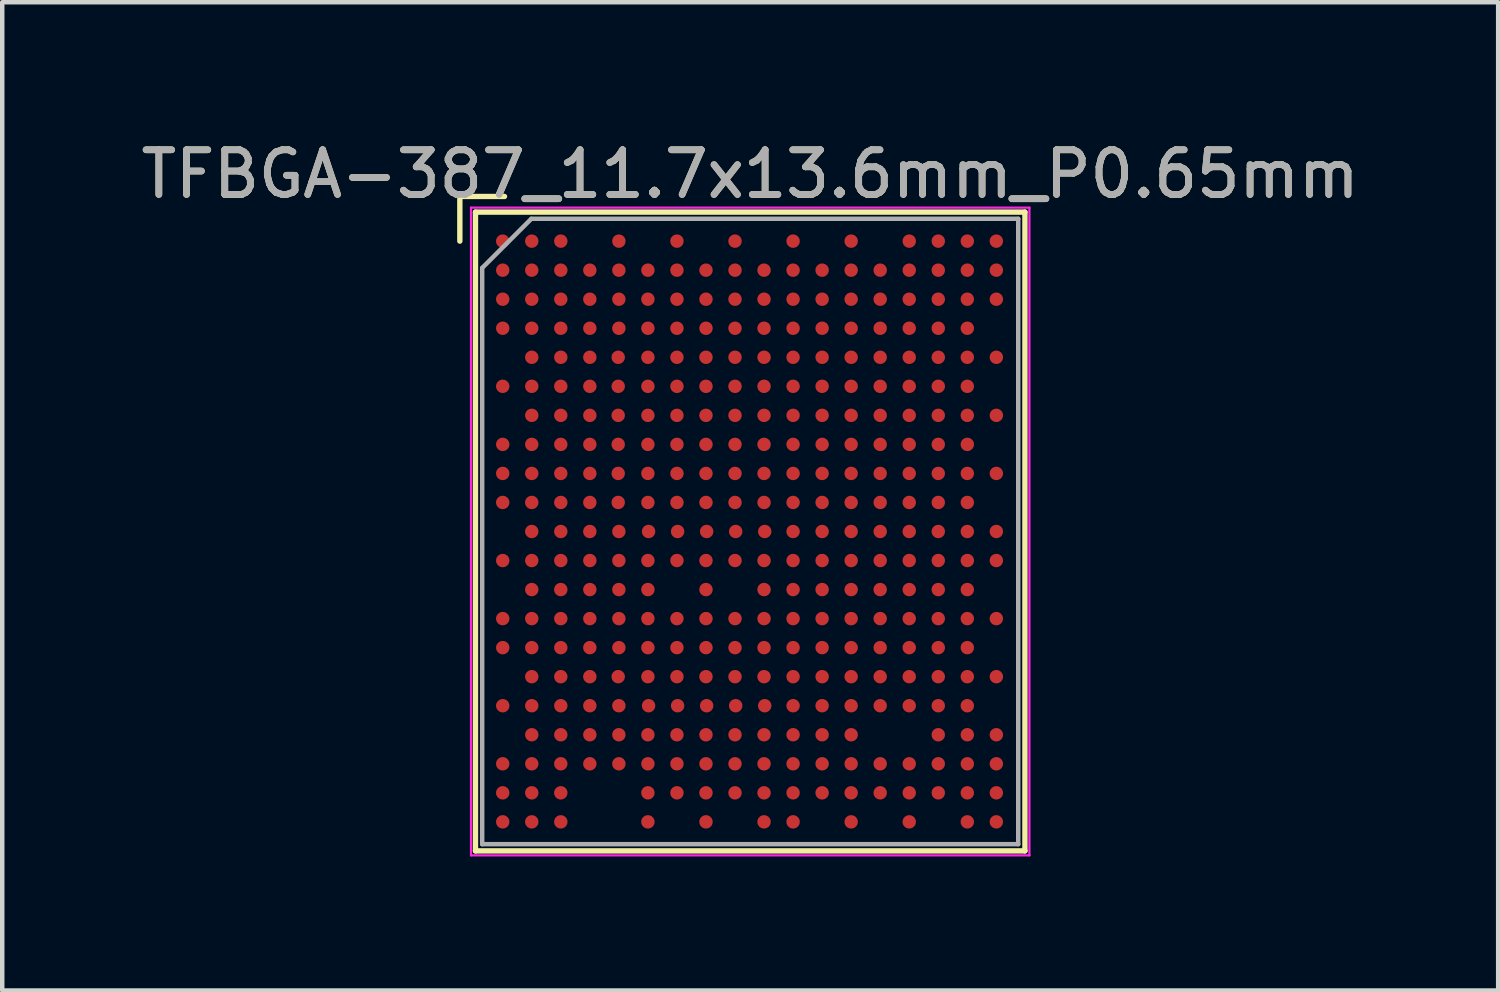
<source format=kicad_pcb>
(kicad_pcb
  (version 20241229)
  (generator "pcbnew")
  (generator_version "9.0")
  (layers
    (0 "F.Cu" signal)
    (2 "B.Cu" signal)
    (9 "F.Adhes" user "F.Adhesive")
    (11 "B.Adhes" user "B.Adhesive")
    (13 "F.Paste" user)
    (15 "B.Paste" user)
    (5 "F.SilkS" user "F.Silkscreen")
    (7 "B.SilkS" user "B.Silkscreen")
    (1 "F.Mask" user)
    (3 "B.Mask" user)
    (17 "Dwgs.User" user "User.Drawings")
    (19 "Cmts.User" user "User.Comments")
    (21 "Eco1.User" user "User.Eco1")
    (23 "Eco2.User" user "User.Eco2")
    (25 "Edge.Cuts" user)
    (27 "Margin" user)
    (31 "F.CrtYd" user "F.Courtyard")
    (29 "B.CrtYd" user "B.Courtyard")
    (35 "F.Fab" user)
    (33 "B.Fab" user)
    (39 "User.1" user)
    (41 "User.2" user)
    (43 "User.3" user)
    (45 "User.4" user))
  (footprint "TFBGA-387_11.7x13.6mm_P0.65mm"
    (layer "F.Cu")
    (at 13.744 8.848)
    (property "Reference" "TFBGA-387_11.7x13.6mm_P0.65mm" (at 0 -8 0) (layer "F.SilkS") (effects (font (size 1 1) (thickness 0.15))))
    (attr smd)
    (fp_line (start -6.5 -7.5) (end -6.5 -6.5) (stroke (width 0.12) (type solid)) (layer "F.SilkS"))
    (fp_line (start -6.15 -7.15) (end 6.15 -7.15) (stroke (width 0.12) (type solid)) (layer "F.SilkS"))
    (fp_line (start -6.15 7.15) (end -6.15 -7.15) (stroke (width 0.12) (type solid)) (layer "F.SilkS"))
    (fp_line (start -5.5 -7.5) (end -6.5 -7.5) (stroke (width 0.12) (type solid)) (layer "F.SilkS"))
    (fp_line (start 6.15 -7.15) (end 6.15 7.15) (stroke (width 0.12) (type solid)) (layer "F.SilkS"))
    (fp_line (start 6.15 7.15) (end -6.15 7.15) (stroke (width 0.12) (type solid)) (layer "F.SilkS"))
    (fp_line (start -6.25 -7.25) (end -6.25 7.25) (stroke (width 0.05) (type solid)) (layer "F.CrtYd"))
    (fp_line (start -6.25 7.25) (end 6.25 7.25) (stroke (width 0.05) (type solid)) (layer "F.CrtYd"))
    (fp_line (start 6.25 -7.25) (end -6.25 -7.25) (stroke (width 0.05) (type solid)) (layer "F.CrtYd"))
    (fp_line (start 6.25 7.25) (end 6.25 -7.25) (stroke (width 0.05) (type solid)) (layer "F.CrtYd"))
    (fp_line (start -6 -5.9) (end -4.9 -7) (stroke (width 0.1) (type solid)) (layer "F.Fab"))
    (fp_line (start -6 7) (end -6 -5.9) (stroke (width 0.1) (type solid)) (layer "F.Fab"))
    (fp_line (start -4.9 -7) (end 6 -7) (stroke (width 0.1) (type solid)) (layer "F.Fab"))
    (fp_line (start 6 -7) (end 6 7) (stroke (width 0.1) (type solid)) (layer "F.Fab"))
    (fp_line (start 6 7) (end -6 7) (stroke (width 0.1) (type solid)) (layer "F.Fab"))
    (fp_text user "${REFERENCE}" (at 0 -8 0) (layer "F.Fab") (effects (font (size 1 1) (thickness 0.15))))
    (pad "A1" smd circle (at -5.54 -6.5) (size 0.3 0.3) (layers "F.Cu" "F.Mask" "F.Paste"))
    (pad "A2" smd circle (at -4.89 -6.5) (size 0.3 0.3) (layers "F.Cu" "F.Mask" "F.Paste"))
    (pad "A3" smd circle (at -4.24 -6.5) (size 0.3 0.3) (layers "F.Cu" "F.Mask" "F.Paste"))
    (pad "A5" smd circle (at -2.94 -6.5) (size 0.3 0.3) (layers "F.Cu" "F.Mask" "F.Paste"))
    (pad "A7" smd circle (at -1.64 -6.5) (size 0.3 0.3) (layers "F.Cu" "F.Mask" "F.Paste"))
    (pad "A9" smd circle (at -0.34 -6.5) (size 0.3 0.3) (layers "F.Cu" "F.Mask" "F.Paste"))
    (pad "A11" smd circle (at 0.96 -6.5) (size 0.3 0.3) (layers "F.Cu" "F.Mask" "F.Paste"))
    (pad "A13" smd circle (at 2.26 -6.5) (size 0.3 0.3) (layers "F.Cu" "F.Mask" "F.Paste"))
    (pad "A15" smd circle (at 3.56 -6.5) (size 0.3 0.3) (layers "F.Cu" "F.Mask" "F.Paste"))
    (pad "A16" smd circle (at 4.21 -6.5) (size 0.3 0.3) (layers "F.Cu" "F.Mask" "F.Paste"))
    (pad "A17" smd circle (at 4.86 -6.5) (size 0.3 0.3) (layers "F.Cu" "F.Mask" "F.Paste"))
    (pad "A18" smd circle (at 5.51 -6.5) (size 0.3 0.3) (layers "F.Cu" "F.Mask" "F.Paste"))
    (pad "AA1" smd circle (at -5.54 6.5) (size 0.3 0.3) (layers "F.Cu" "F.Mask" "F.Paste"))
    (pad "AA2" smd circle (at -4.89 6.5) (size 0.3 0.3) (layers "F.Cu" "F.Mask" "F.Paste"))
    (pad "AA3" smd circle (at -4.24 6.5) (size 0.3 0.3) (layers "F.Cu" "F.Mask" "F.Paste"))
    (pad "AA6" smd circle (at -2.29 6.5) (size 0.3 0.3) (layers "F.Cu" "F.Mask" "F.Paste"))
    (pad "AA8" smd circle (at -0.99 6.5) (size 0.3 0.3) (layers "F.Cu" "F.Mask" "F.Paste"))
    (pad "AA10" smd circle (at 0.31 6.5) (size 0.3 0.3) (layers "F.Cu" "F.Mask" "F.Paste"))
    (pad "AA11" smd circle (at 0.96 6.5) (size 0.3 0.3) (layers "F.Cu" "F.Mask" "F.Paste"))
    (pad "AA13" smd circle (at 2.26 6.5) (size 0.3 0.3) (layers "F.Cu" "F.Mask" "F.Paste"))
    (pad "AA15" smd circle (at 3.56 6.5) (size 0.3 0.3) (layers "F.Cu" "F.Mask" "F.Paste"))
    (pad "AA17" smd circle (at 4.86 6.5) (size 0.3 0.3) (layers "F.Cu" "F.Mask" "F.Paste"))
    (pad "AA18" smd circle (at 5.51 6.5) (size 0.3 0.3) (layers "F.Cu" "F.Mask" "F.Paste"))
    (pad "B1" smd circle (at -5.54 -5.85) (size 0.3 0.3) (layers "F.Cu" "F.Mask" "F.Paste"))
    (pad "B2" smd circle (at -4.89 -5.85) (size 0.3 0.3) (layers "F.Cu" "F.Mask" "F.Paste"))
    (pad "B3" smd circle (at -4.24 -5.85) (size 0.3 0.3) (layers "F.Cu" "F.Mask" "F.Paste"))
    (pad "B4" smd circle (at -3.59 -5.85) (size 0.3 0.3) (layers "F.Cu" "F.Mask" "F.Paste"))
    (pad "B5" smd circle (at -2.94 -5.85) (size 0.3 0.3) (layers "F.Cu" "F.Mask" "F.Paste"))
    (pad "B6" smd circle (at -2.29 -5.85) (size 0.3 0.3) (layers "F.Cu" "F.Mask" "F.Paste"))
    (pad "B7" smd circle (at -1.64 -5.85) (size 0.3 0.3) (layers "F.Cu" "F.Mask" "F.Paste"))
    (pad "B8" smd circle (at -0.99 -5.85) (size 0.3 0.3) (layers "F.Cu" "F.Mask" "F.Paste"))
    (pad "B9" smd circle (at -0.34 -5.85) (size 0.3 0.3) (layers "F.Cu" "F.Mask" "F.Paste"))
    (pad "B10" smd circle (at 0.31 -5.85) (size 0.3 0.3) (layers "F.Cu" "F.Mask" "F.Paste"))
    (pad "B11" smd circle (at 0.96 -5.85) (size 0.3 0.3) (layers "F.Cu" "F.Mask" "F.Paste"))
    (pad "B12" smd circle (at 1.61 -5.85) (size 0.3 0.3) (layers "F.Cu" "F.Mask" "F.Paste"))
    (pad "B13" smd circle (at 2.26 -5.85) (size 0.3 0.3) (layers "F.Cu" "F.Mask" "F.Paste"))
    (pad "B14" smd circle (at 2.91 -5.85) (size 0.3 0.3) (layers "F.Cu" "F.Mask" "F.Paste"))
    (pad "B15" smd circle (at 3.56 -5.85) (size 0.3 0.3) (layers "F.Cu" "F.Mask" "F.Paste"))
    (pad "B16" smd circle (at 4.21 -5.85) (size 0.3 0.3) (layers "F.Cu" "F.Mask" "F.Paste"))
    (pad "B17" smd circle (at 4.86 -5.85) (size 0.3 0.3) (layers "F.Cu" "F.Mask" "F.Paste"))
    (pad "B18" smd circle (at 5.51 -5.85) (size 0.3 0.3) (layers "F.Cu" "F.Mask" "F.Paste"))
    (pad "C1" smd circle (at -5.54 -5.2) (size 0.3 0.3) (layers "F.Cu" "F.Mask" "F.Paste"))
    (pad "C2" smd circle (at -4.89 -5.2) (size 0.3 0.3) (layers "F.Cu" "F.Mask" "F.Paste"))
    (pad "C3" smd circle (at -4.24 -5.2) (size 0.3 0.3) (layers "F.Cu" "F.Mask" "F.Paste"))
    (pad "C4" smd circle (at -3.59 -5.2) (size 0.3 0.3) (layers "F.Cu" "F.Mask" "F.Paste"))
    (pad "C5" smd circle (at -2.94 -5.2) (size 0.3 0.3) (layers "F.Cu" "F.Mask" "F.Paste"))
    (pad "C6" smd circle (at -2.29 -5.2) (size 0.3 0.3) (layers "F.Cu" "F.Mask" "F.Paste"))
    (pad "C7" smd circle (at -1.64 -5.2) (size 0.3 0.3) (layers "F.Cu" "F.Mask" "F.Paste"))
    (pad "C8" smd circle (at -0.99 -5.2) (size 0.3 0.3) (layers "F.Cu" "F.Mask" "F.Paste"))
    (pad "C9" smd circle (at -0.34 -5.2) (size 0.3 0.3) (layers "F.Cu" "F.Mask" "F.Paste"))
    (pad "C10" smd circle (at 0.31 -5.2) (size 0.3 0.3) (layers "F.Cu" "F.Mask" "F.Paste"))
    (pad "C11" smd circle (at 0.96 -5.2) (size 0.3 0.3) (layers "F.Cu" "F.Mask" "F.Paste"))
    (pad "C12" smd circle (at 1.61 -5.2) (size 0.3 0.3) (layers "F.Cu" "F.Mask" "F.Paste"))
    (pad "C13" smd circle (at 2.26 -5.2) (size 0.3 0.3) (layers "F.Cu" "F.Mask" "F.Paste"))
    (pad "C14" smd circle (at 2.91 -5.2) (size 0.3 0.3) (layers "F.Cu" "F.Mask" "F.Paste"))
    (pad "C15" smd circle (at 3.56 -5.2) (size 0.3 0.3) (layers "F.Cu" "F.Mask" "F.Paste"))
    (pad "C16" smd circle (at 4.21 -5.2) (size 0.3 0.3) (layers "F.Cu" "F.Mask" "F.Paste"))
    (pad "C17" smd circle (at 4.86 -5.2) (size 0.3 0.3) (layers "F.Cu" "F.Mask" "F.Paste"))
    (pad "C18" smd circle (at 5.51 -5.2) (size 0.3 0.3) (layers "F.Cu" "F.Mask" "F.Paste"))
    (pad "D1" smd circle (at -5.54 -4.55) (size 0.3 0.3) (layers "F.Cu" "F.Mask" "F.Paste"))
    (pad "D2" smd circle (at -4.89 -4.55) (size 0.3 0.3) (layers "F.Cu" "F.Mask" "F.Paste"))
    (pad "D3" smd circle (at -4.24 -4.55) (size 0.3 0.3) (layers "F.Cu" "F.Mask" "F.Paste"))
    (pad "D4" smd circle (at -3.59 -4.55) (size 0.3 0.3) (layers "F.Cu" "F.Mask" "F.Paste"))
    (pad "D5" smd circle (at -2.94 -4.55) (size 0.3 0.3) (layers "F.Cu" "F.Mask" "F.Paste"))
    (pad "D6" smd circle (at -2.29 -4.55) (size 0.3 0.3) (layers "F.Cu" "F.Mask" "F.Paste"))
    (pad "D7" smd circle (at -1.64 -4.55) (size 0.3 0.3) (layers "F.Cu" "F.Mask" "F.Paste"))
    (pad "D8" smd circle (at -0.99 -4.55) (size 0.3 0.3) (layers "F.Cu" "F.Mask" "F.Paste"))
    (pad "D9" smd circle (at -0.34 -4.55) (size 0.3 0.3) (layers "F.Cu" "F.Mask" "F.Paste"))
    (pad "D10" smd circle (at 0.31 -4.55) (size 0.3 0.3) (layers "F.Cu" "F.Mask" "F.Paste"))
    (pad "D11" smd circle (at 0.96 -4.55) (size 0.3 0.3) (layers "F.Cu" "F.Mask" "F.Paste"))
    (pad "D12" smd circle (at 1.61 -4.55) (size 0.3 0.3) (layers "F.Cu" "F.Mask" "F.Paste"))
    (pad "D13" smd circle (at 2.26 -4.55) (size 0.3 0.3) (layers "F.Cu" "F.Mask" "F.Paste"))
    (pad "D14" smd circle (at 2.91 -4.55) (size 0.3 0.3) (layers "F.Cu" "F.Mask" "F.Paste"))
    (pad "D15" smd circle (at 3.56 -4.55) (size 0.3 0.3) (layers "F.Cu" "F.Mask" "F.Paste"))
    (pad "D16" smd circle (at 4.21 -4.55) (size 0.3 0.3) (layers "F.Cu" "F.Mask" "F.Paste"))
    (pad "D17" smd circle (at 4.86 -4.55) (size 0.3 0.3) (layers "F.Cu" "F.Mask" "F.Paste"))
    (pad "E2" smd circle (at -4.89 -3.9) (size 0.3 0.3) (layers "F.Cu" "F.Mask" "F.Paste"))
    (pad "E3" smd circle (at -4.24 -3.9) (size 0.3 0.3) (layers "F.Cu" "F.Mask" "F.Paste"))
    (pad "E4" smd circle (at -3.59 -3.9) (size 0.3 0.3) (layers "F.Cu" "F.Mask" "F.Paste"))
    (pad "E5" smd circle (at -2.955 -3.9) (size 0.3 0.3) (layers "F.Cu" "F.Mask" "F.Paste"))
    (pad "E6" smd circle (at -2.29 -3.9) (size 0.3 0.3) (layers "F.Cu" "F.Mask" "F.Paste"))
    (pad "E7" smd circle (at -1.64 -3.9) (size 0.3 0.3) (layers "F.Cu" "F.Mask" "F.Paste"))
    (pad "E8" smd circle (at -0.99 -3.9) (size 0.3 0.3) (layers "F.Cu" "F.Mask" "F.Paste"))
    (pad "E9" smd circle (at -0.34 -3.9) (size 0.3 0.3) (layers "F.Cu" "F.Mask" "F.Paste"))
    (pad "E10" smd circle (at 0.31 -3.9) (size 0.3 0.3) (layers "F.Cu" "F.Mask" "F.Paste"))
    (pad "E11" smd circle (at 0.96 -3.9) (size 0.3 0.3) (layers "F.Cu" "F.Mask" "F.Paste"))
    (pad "E12" smd circle (at 1.61 -3.9) (size 0.3 0.3) (layers "F.Cu" "F.Mask" "F.Paste"))
    (pad "E13" smd circle (at 2.26 -3.9) (size 0.3 0.3) (layers "F.Cu" "F.Mask" "F.Paste"))
    (pad "E14" smd circle (at 2.91 -3.9) (size 0.3 0.3) (layers "F.Cu" "F.Mask" "F.Paste"))
    (pad "E15" smd circle (at 3.56 -3.9) (size 0.3 0.3) (layers "F.Cu" "F.Mask" "F.Paste"))
    (pad "E16" smd circle (at 4.21 -3.9) (size 0.3 0.3) (layers "F.Cu" "F.Mask" "F.Paste"))
    (pad "E17" smd circle (at 4.86 -3.9) (size 0.3 0.3) (layers "F.Cu" "F.Mask" "F.Paste"))
    (pad "E18" smd circle (at 5.51 -3.9) (size 0.3 0.3) (layers "F.Cu" "F.Mask" "F.Paste"))
    (pad "F1" smd circle (at -5.54 -3.25) (size 0.3 0.3) (layers "F.Cu" "F.Mask" "F.Paste"))
    (pad "F2" smd circle (at -4.89 -3.25) (size 0.3 0.3) (layers "F.Cu" "F.Mask" "F.Paste"))
    (pad "F3" smd circle (at -4.24 -3.25) (size 0.3 0.3) (layers "F.Cu" "F.Mask" "F.Paste"))
    (pad "F4" smd circle (at -3.59 -3.25) (size 0.3 0.3) (layers "F.Cu" "F.Mask" "F.Paste"))
    (pad "F5" smd circle (at -2.955 -3.25) (size 0.3 0.3) (layers "F.Cu" "F.Mask" "F.Paste"))
    (pad "F6" smd circle (at -2.29 -3.25) (size 0.3 0.3) (layers "F.Cu" "F.Mask" "F.Paste"))
    (pad "F7" smd circle (at -1.64 -3.25) (size 0.3 0.3) (layers "F.Cu" "F.Mask" "F.Paste"))
    (pad "F8" smd circle (at -0.99 -3.25) (size 0.3 0.3) (layers "F.Cu" "F.Mask" "F.Paste"))
    (pad "F9" smd circle (at -0.34 -3.25) (size 0.3 0.3) (layers "F.Cu" "F.Mask" "F.Paste"))
    (pad "F10" smd circle (at 0.31 -3.25) (size 0.3 0.3) (layers "F.Cu" "F.Mask" "F.Paste"))
    (pad "F11" smd circle (at 0.96 -3.25) (size 0.3 0.3) (layers "F.Cu" "F.Mask" "F.Paste"))
    (pad "F12" smd circle (at 1.61 -3.25) (size 0.3 0.3) (layers "F.Cu" "F.Mask" "F.Paste"))
    (pad "F13" smd circle (at 2.26 -3.25) (size 0.3 0.3) (layers "F.Cu" "F.Mask" "F.Paste"))
    (pad "F14" smd circle (at 2.91 -3.25) (size 0.3 0.3) (layers "F.Cu" "F.Mask" "F.Paste"))
    (pad "F15" smd circle (at 3.56 -3.25) (size 0.3 0.3) (layers "F.Cu" "F.Mask" "F.Paste"))
    (pad "F16" smd circle (at 4.21 -3.25) (size 0.3 0.3) (layers "F.Cu" "F.Mask" "F.Paste"))
    (pad "F17" smd circle (at 4.86 -3.25) (size 0.3 0.3) (layers "F.Cu" "F.Mask" "F.Paste"))
    (pad "G2" smd circle (at -4.89 -2.6) (size 0.3 0.3) (layers "F.Cu" "F.Mask" "F.Paste"))
    (pad "G3" smd circle (at -4.24 -2.6) (size 0.3 0.3) (layers "F.Cu" "F.Mask" "F.Paste"))
    (pad "G4" smd circle (at -3.59 -2.6) (size 0.3 0.3) (layers "F.Cu" "F.Mask" "F.Paste"))
    (pad "G5" smd circle (at -2.955 -2.6) (size 0.3 0.3) (layers "F.Cu" "F.Mask" "F.Paste"))
    (pad "G6" smd circle (at -2.29 -2.6) (size 0.3 0.3) (layers "F.Cu" "F.Mask" "F.Paste"))
    (pad "G7" smd circle (at -1.64 -2.6) (size 0.3 0.3) (layers "F.Cu" "F.Mask" "F.Paste"))
    (pad "G8" smd circle (at -0.99 -2.6) (size 0.3 0.3) (layers "F.Cu" "F.Mask" "F.Paste"))
    (pad "G9" smd circle (at -0.34 -2.6) (size 0.3 0.3) (layers "F.Cu" "F.Mask" "F.Paste"))
    (pad "G10" smd circle (at 0.31 -2.6) (size 0.3 0.3) (layers "F.Cu" "F.Mask" "F.Paste"))
    (pad "G11" smd circle (at 0.96 -2.6) (size 0.3 0.3) (layers "F.Cu" "F.Mask" "F.Paste"))
    (pad "G12" smd circle (at 1.61 -2.6) (size 0.3 0.3) (layers "F.Cu" "F.Mask" "F.Paste"))
    (pad "G13" smd circle (at 2.26 -2.6) (size 0.3 0.3) (layers "F.Cu" "F.Mask" "F.Paste"))
    (pad "G14" smd circle (at 2.91 -2.6) (size 0.3 0.3) (layers "F.Cu" "F.Mask" "F.Paste"))
    (pad "G15" smd circle (at 3.56 -2.6) (size 0.3 0.3) (layers "F.Cu" "F.Mask" "F.Paste"))
    (pad "G16" smd circle (at 4.21 -2.6) (size 0.3 0.3) (layers "F.Cu" "F.Mask" "F.Paste"))
    (pad "G17" smd circle (at 4.86 -2.6) (size 0.3 0.3) (layers "F.Cu" "F.Mask" "F.Paste"))
    (pad "G18" smd circle (at 5.51 -2.6) (size 0.3 0.3) (layers "F.Cu" "F.Mask" "F.Paste"))
    (pad "H1" smd circle (at -5.54 -1.95) (size 0.3 0.3) (layers "F.Cu" "F.Mask" "F.Paste"))
    (pad "H2" smd circle (at -4.89 -1.95) (size 0.3 0.3) (layers "F.Cu" "F.Mask" "F.Paste"))
    (pad "H3" smd circle (at -4.24 -1.95) (size 0.3 0.3) (layers "F.Cu" "F.Mask" "F.Paste"))
    (pad "H4" smd circle (at -3.59 -1.95) (size 0.3 0.3) (layers "F.Cu" "F.Mask" "F.Paste"))
    (pad "H5" smd circle (at -2.955 -1.95) (size 0.3 0.3) (layers "F.Cu" "F.Mask" "F.Paste"))
    (pad "H6" smd circle (at -2.29 -1.95) (size 0.3 0.3) (layers "F.Cu" "F.Mask" "F.Paste"))
    (pad "H7" smd circle (at -1.64 -1.95) (size 0.3 0.3) (layers "F.Cu" "F.Mask" "F.Paste"))
    (pad "H8" smd circle (at -0.99 -1.95) (size 0.3 0.3) (layers "F.Cu" "F.Mask" "F.Paste"))
    (pad "H9" smd circle (at -0.34 -1.95) (size 0.3 0.3) (layers "F.Cu" "F.Mask" "F.Paste"))
    (pad "H10" smd circle (at 0.31 -1.95) (size 0.3 0.3) (layers "F.Cu" "F.Mask" "F.Paste"))
    (pad "H11" smd circle (at 0.96 -1.95) (size 0.3 0.3) (layers "F.Cu" "F.Mask" "F.Paste"))
    (pad "H12" smd circle (at 1.61 -1.95) (size 0.3 0.3) (layers "F.Cu" "F.Mask" "F.Paste"))
    (pad "H13" smd circle (at 2.26 -1.95) (size 0.3 0.3) (layers "F.Cu" "F.Mask" "F.Paste"))
    (pad "H14" smd circle (at 2.91 -1.95) (size 0.3 0.3) (layers "F.Cu" "F.Mask" "F.Paste"))
    (pad "H15" smd circle (at 3.56 -1.95) (size 0.3 0.3) (layers "F.Cu" "F.Mask" "F.Paste"))
    (pad "H16" smd circle (at 4.21 -1.95) (size 0.3 0.3) (layers "F.Cu" "F.Mask" "F.Paste"))
    (pad "H17" smd circle (at 4.86 -1.95) (size 0.3 0.3) (layers "F.Cu" "F.Mask" "F.Paste"))
    (pad "J1" smd circle (at -5.54 -1.3) (size 0.3 0.3) (layers "F.Cu" "F.Mask" "F.Paste"))
    (pad "J2" smd circle (at -4.89 -1.3) (size 0.3 0.3) (layers "F.Cu" "F.Mask" "F.Paste"))
    (pad "J3" smd circle (at -4.24 -1.3) (size 0.3 0.3) (layers "F.Cu" "F.Mask" "F.Paste"))
    (pad "J4" smd circle (at -3.59 -1.3) (size 0.3 0.3) (layers "F.Cu" "F.Mask" "F.Paste"))
    (pad "J5" smd circle (at -2.955 -1.3) (size 0.3 0.3) (layers "F.Cu" "F.Mask" "F.Paste"))
    (pad "J6" smd circle (at -2.29 -1.3) (size 0.3 0.3) (layers "F.Cu" "F.Mask" "F.Paste"))
    (pad "J7" smd circle (at -1.64 -1.3) (size 0.3 0.3) (layers "F.Cu" "F.Mask" "F.Paste"))
    (pad "J8" smd circle (at -0.99 -1.3) (size 0.3 0.3) (layers "F.Cu" "F.Mask" "F.Paste"))
    (pad "J9" smd circle (at -0.34 -1.3) (size 0.3 0.3) (layers "F.Cu" "F.Mask" "F.Paste"))
    (pad "J10" smd circle (at 0.31 -1.3) (size 0.3 0.3) (layers "F.Cu" "F.Mask" "F.Paste"))
    (pad "J11" smd circle (at 0.96 -1.3) (size 0.3 0.3) (layers "F.Cu" "F.Mask" "F.Paste"))
    (pad "J12" smd circle (at 1.61 -1.3) (size 0.3 0.3) (layers "F.Cu" "F.Mask" "F.Paste"))
    (pad "J13" smd circle (at 2.26 -1.3) (size 0.3 0.3) (layers "F.Cu" "F.Mask" "F.Paste"))
    (pad "J14" smd circle (at 2.91 -1.3) (size 0.3 0.3) (layers "F.Cu" "F.Mask" "F.Paste"))
    (pad "J15" smd circle (at 3.56 -1.3) (size 0.3 0.3) (layers "F.Cu" "F.Mask" "F.Paste"))
    (pad "J16" smd circle (at 4.21 -1.3) (size 0.3 0.3) (layers "F.Cu" "F.Mask" "F.Paste"))
    (pad "J17" smd circle (at 4.86 -1.3) (size 0.3 0.3) (layers "F.Cu" "F.Mask" "F.Paste"))
    (pad "J18" smd circle (at 5.51 -1.3) (size 0.3 0.3) (layers "F.Cu" "F.Mask" "F.Paste"))
    (pad "K1" smd circle (at -5.54 -0.65) (size 0.3 0.3) (layers "F.Cu" "F.Mask" "F.Paste"))
    (pad "K2" smd circle (at -4.89 -0.65) (size 0.3 0.3) (layers "F.Cu" "F.Mask" "F.Paste"))
    (pad "K3" smd circle (at -4.24 -0.65) (size 0.3 0.3) (layers "F.Cu" "F.Mask" "F.Paste"))
    (pad "K4" smd circle (at -3.59 -0.65) (size 0.3 0.3) (layers "F.Cu" "F.Mask" "F.Paste"))
    (pad "K5" smd circle (at -2.955 -0.65) (size 0.3 0.3) (layers "F.Cu" "F.Mask" "F.Paste"))
    (pad "K6" smd circle (at -2.29 -0.65) (size 0.3 0.3) (layers "F.Cu" "F.Mask" "F.Paste"))
    (pad "K7" smd circle (at -1.64 -0.65) (size 0.3 0.3) (layers "F.Cu" "F.Mask" "F.Paste"))
    (pad "K8" smd circle (at -0.99 -0.65) (size 0.3 0.3) (layers "F.Cu" "F.Mask" "F.Paste"))
    (pad "K9" smd circle (at -0.34 -0.65) (size 0.3 0.3) (layers "F.Cu" "F.Mask" "F.Paste"))
    (pad "K10" smd circle (at 0.31 -0.65) (size 0.3 0.3) (layers "F.Cu" "F.Mask" "F.Paste"))
    (pad "K11" smd circle (at 0.96 -0.65) (size 0.3 0.3) (layers "F.Cu" "F.Mask" "F.Paste"))
    (pad "K12" smd circle (at 1.61 -0.65) (size 0.3 0.3) (layers "F.Cu" "F.Mask" "F.Paste"))
    (pad "K13" smd circle (at 2.26 -0.65) (size 0.3 0.3) (layers "F.Cu" "F.Mask" "F.Paste"))
    (pad "K14" smd circle (at 2.91 -0.65) (size 0.3 0.3) (layers "F.Cu" "F.Mask" "F.Paste"))
    (pad "K15" smd circle (at 3.56 -0.65) (size 0.3 0.3) (layers "F.Cu" "F.Mask" "F.Paste"))
    (pad "K16" smd circle (at 4.21 -0.65) (size 0.3 0.3) (layers "F.Cu" "F.Mask" "F.Paste"))
    (pad "K17" smd circle (at 4.86 -0.65) (size 0.3 0.3) (layers "F.Cu" "F.Mask" "F.Paste"))
    (pad "L2" smd circle (at -4.89 0) (size 0.3 0.3) (layers "F.Cu" "F.Mask" "F.Paste"))
    (pad "L3" smd circle (at -4.24 0) (size 0.3 0.3) (layers "F.Cu" "F.Mask" "F.Paste"))
    (pad "L4" smd circle (at -3.59 0) (size 0.3 0.3) (layers "F.Cu" "F.Mask" "F.Paste"))
    (pad "L5" smd circle (at -2.94 0) (size 0.3 0.3) (layers "F.Cu" "F.Mask" "F.Paste"))
    (pad "L6" smd circle (at -2.275 0) (size 0.3 0.3) (layers "F.Cu" "F.Mask" "F.Paste"))
    (pad "L7" smd circle (at -1.625 0) (size 0.3 0.3) (layers "F.Cu" "F.Mask" "F.Paste"))
    (pad "L8" smd circle (at -0.975 0) (size 0.3 0.3) (layers "F.Cu" "F.Mask" "F.Paste"))
    (pad "L9" smd circle (at -0.325 0) (size 0.3 0.3) (layers "F.Cu" "F.Mask" "F.Paste"))
    (pad "L10" smd circle (at 0.325 0) (size 0.3 0.3) (layers "F.Cu" "F.Mask" "F.Paste"))
    (pad "L11" smd circle (at 0.96 0) (size 0.3 0.3) (layers "F.Cu" "F.Mask" "F.Paste"))
    (pad "L12" smd circle (at 1.61 0) (size 0.3 0.3) (layers "F.Cu" "F.Mask" "F.Paste"))
    (pad "L13" smd circle (at 2.26 0) (size 0.3 0.3) (layers "F.Cu" "F.Mask" "F.Paste"))
    (pad "L14" smd circle (at 2.91 0) (size 0.3 0.3) (layers "F.Cu" "F.Mask" "F.Paste"))
    (pad "L15" smd circle (at 3.56 0) (size 0.3 0.3) (layers "F.Cu" "F.Mask" "F.Paste"))
    (pad "L16" smd circle (at 4.21 0) (size 0.3 0.3) (layers "F.Cu" "F.Mask" "F.Paste"))
    (pad "L17" smd circle (at 4.86 0) (size 0.3 0.3) (layers "F.Cu" "F.Mask" "F.Paste"))
    (pad "L18" smd circle (at 5.51 0) (size 0.3 0.3) (layers "F.Cu" "F.Mask" "F.Paste"))
    (pad "M1" smd circle (at -5.54 0.65) (size 0.3 0.3) (layers "F.Cu" "F.Mask" "F.Paste"))
    (pad "M2" smd circle (at -4.89 0.65) (size 0.3 0.3) (layers "F.Cu" "F.Mask" "F.Paste"))
    (pad "M3" smd circle (at -4.24 0.65) (size 0.3 0.3) (layers "F.Cu" "F.Mask" "F.Paste"))
    (pad "M4" smd circle (at -3.59 0.65) (size 0.3 0.3) (layers "F.Cu" "F.Mask" "F.Paste"))
    (pad "M5" smd circle (at -2.94 0.65) (size 0.3 0.3) (layers "F.Cu" "F.Mask" "F.Paste"))
    (pad "M6" smd circle (at -2.29 0.65) (size 0.3 0.3) (layers "F.Cu" "F.Mask" "F.Paste"))
    (pad "M7" smd circle (at -1.64 0.65) (size 0.3 0.3) (layers "F.Cu" "F.Mask" "F.Paste"))
    (pad "M8" smd circle (at -0.99 0.65) (size 0.3 0.3) (layers "F.Cu" "F.Mask" "F.Paste"))
    (pad "M9" smd circle (at -0.34 0.65) (size 0.3 0.3) (layers "F.Cu" "F.Mask" "F.Paste"))
    (pad "M10" smd circle (at 0.31 0.65) (size 0.3 0.3) (layers "F.Cu" "F.Mask" "F.Paste"))
    (pad "M11" smd circle (at 0.96 0.65) (size 0.3 0.3) (layers "F.Cu" "F.Mask" "F.Paste"))
    (pad "M12" smd circle (at 1.61 0.65) (size 0.3 0.3) (layers "F.Cu" "F.Mask" "F.Paste"))
    (pad "M13" smd circle (at 2.26 0.65) (size 0.3 0.3) (layers "F.Cu" "F.Mask" "F.Paste"))
    (pad "M14" smd circle (at 2.91 0.65) (size 0.3 0.3) (layers "F.Cu" "F.Mask" "F.Paste"))
    (pad "M15" smd circle (at 3.56 0.65) (size 0.3 0.3) (layers "F.Cu" "F.Mask" "F.Paste"))
    (pad "M16" smd circle (at 4.21 0.65) (size 0.3 0.3) (layers "F.Cu" "F.Mask" "F.Paste"))
    (pad "M17" smd circle (at 4.86 0.65) (size 0.3 0.3) (layers "F.Cu" "F.Mask" "F.Paste"))
    (pad "M18" smd circle (at 5.51 0.65) (size 0.3 0.3) (layers "F.Cu" "F.Mask" "F.Paste"))
    (pad "N2" smd circle (at -4.89 1.3) (size 0.3 0.3) (layers "F.Cu" "F.Mask" "F.Paste"))
    (pad "N3" smd circle (at -4.24 1.3) (size 0.3 0.3) (layers "F.Cu" "F.Mask" "F.Paste"))
    (pad "N4" smd circle (at -3.59 1.3) (size 0.3 0.3) (layers "F.Cu" "F.Mask" "F.Paste"))
    (pad "N5" smd circle (at -2.94 1.3) (size 0.3 0.3) (layers "F.Cu" "F.Mask" "F.Paste"))
    (pad "N6" smd circle (at -2.29 1.3) (size 0.3 0.3) (layers "F.Cu" "F.Mask" "F.Paste"))
    (pad "N8" smd circle (at -0.99 1.3) (size 0.3 0.3) (layers "F.Cu" "F.Mask" "F.Paste"))
    (pad "N10" smd circle (at 0.31 1.3) (size 0.3 0.3) (layers "F.Cu" "F.Mask" "F.Paste"))
    (pad "N11" smd circle (at 0.96 1.3) (size 0.3 0.3) (layers "F.Cu" "F.Mask" "F.Paste"))
    (pad "N12" smd circle (at 1.61 1.3) (size 0.3 0.3) (layers "F.Cu" "F.Mask" "F.Paste"))
    (pad "N13" smd circle (at 2.26 1.3) (size 0.3 0.3) (layers "F.Cu" "F.Mask" "F.Paste"))
    (pad "N14" smd circle (at 2.91 1.3) (size 0.3 0.3) (layers "F.Cu" "F.Mask" "F.Paste"))
    (pad "N15" smd circle (at 3.56 1.3) (size 0.3 0.3) (layers "F.Cu" "F.Mask" "F.Paste"))
    (pad "N16" smd circle (at 4.21 1.3) (size 0.3 0.3) (layers "F.Cu" "F.Mask" "F.Paste"))
    (pad "N17" smd circle (at 4.86 1.3) (size 0.3 0.3) (layers "F.Cu" "F.Mask" "F.Paste"))
    (pad "P1" smd circle (at -5.54 1.95) (size 0.3 0.3) (layers "F.Cu" "F.Mask" "F.Paste"))
    (pad "P2" smd circle (at -4.89 1.95) (size 0.3 0.3) (layers "F.Cu" "F.Mask" "F.Paste"))
    (pad "P3" smd circle (at -4.24 1.95) (size 0.3 0.3) (layers "F.Cu" "F.Mask" "F.Paste"))
    (pad "P4" smd circle (at -3.59 1.95) (size 0.3 0.3) (layers "F.Cu" "F.Mask" "F.Paste"))
    (pad "P5" smd circle (at -2.94 1.95) (size 0.3 0.3) (layers "F.Cu" "F.Mask" "F.Paste"))
    (pad "P6" smd circle (at -2.29 1.95) (size 0.3 0.3) (layers "F.Cu" "F.Mask" "F.Paste"))
    (pad "P7" smd circle (at -1.64 1.95) (size 0.3 0.3) (layers "F.Cu" "F.Mask" "F.Paste"))
    (pad "P8" smd circle (at -0.99 1.95) (size 0.3 0.3) (layers "F.Cu" "F.Mask" "F.Paste"))
    (pad "P9" smd circle (at -0.34 1.95) (size 0.3 0.3) (layers "F.Cu" "F.Mask" "F.Paste"))
    (pad "P10" smd circle (at 0.31 1.95) (size 0.3 0.3) (layers "F.Cu" "F.Mask" "F.Paste"))
    (pad "P11" smd circle (at 0.96 1.95) (size 0.3 0.3) (layers "F.Cu" "F.Mask" "F.Paste"))
    (pad "P12" smd circle (at 1.61 1.95) (size 0.3 0.3) (layers "F.Cu" "F.Mask" "F.Paste"))
    (pad "P13" smd circle (at 2.26 1.95) (size 0.3 0.3) (layers "F.Cu" "F.Mask" "F.Paste"))
    (pad "P14" smd circle (at 2.91 1.95) (size 0.3 0.3) (layers "F.Cu" "F.Mask" "F.Paste"))
    (pad "P15" smd circle (at 3.56 1.95) (size 0.3 0.3) (layers "F.Cu" "F.Mask" "F.Paste"))
    (pad "P16" smd circle (at 4.21 1.95) (size 0.3 0.3) (layers "F.Cu" "F.Mask" "F.Paste"))
    (pad "P17" smd circle (at 4.86 1.95) (size 0.3 0.3) (layers "F.Cu" "F.Mask" "F.Paste"))
    (pad "P18" smd circle (at 5.51 1.95) (size 0.3 0.3) (layers "F.Cu" "F.Mask" "F.Paste"))
    (pad "R1" smd circle (at -5.54 2.6) (size 0.3 0.3) (layers "F.Cu" "F.Mask" "F.Paste"))
    (pad "R2" smd circle (at -4.89 2.6) (size 0.3 0.3) (layers "F.Cu" "F.Mask" "F.Paste"))
    (pad "R3" smd circle (at -4.24 2.6) (size 0.3 0.3) (layers "F.Cu" "F.Mask" "F.Paste"))
    (pad "R4" smd circle (at -3.59 2.6) (size 0.3 0.3) (layers "F.Cu" "F.Mask" "F.Paste"))
    (pad "R5" smd circle (at -2.94 2.6) (size 0.3 0.3) (layers "F.Cu" "F.Mask" "F.Paste"))
    (pad "R6" smd circle (at -2.29 2.6) (size 0.3 0.3) (layers "F.Cu" "F.Mask" "F.Paste"))
    (pad "R7" smd circle (at -1.64 2.6) (size 0.3 0.3) (layers "F.Cu" "F.Mask" "F.Paste"))
    (pad "R8" smd circle (at -0.99 2.6) (size 0.3 0.3) (layers "F.Cu" "F.Mask" "F.Paste"))
    (pad "R9" smd circle (at -0.34 2.6) (size 0.3 0.3) (layers "F.Cu" "F.Mask" "F.Paste"))
    (pad "R10" smd circle (at 0.31 2.6) (size 0.3 0.3) (layers "F.Cu" "F.Mask" "F.Paste"))
    (pad "R11" smd circle (at 0.96 2.6) (size 0.3 0.3) (layers "F.Cu" "F.Mask" "F.Paste"))
    (pad "R12" smd circle (at 1.61 2.6) (size 0.3 0.3) (layers "F.Cu" "F.Mask" "F.Paste"))
    (pad "R13" smd circle (at 2.26 2.6) (size 0.3 0.3) (layers "F.Cu" "F.Mask" "F.Paste"))
    (pad "R14" smd circle (at 2.91 2.6) (size 0.3 0.3) (layers "F.Cu" "F.Mask" "F.Paste"))
    (pad "R15" smd circle (at 3.56 2.6) (size 0.3 0.3) (layers "F.Cu" "F.Mask" "F.Paste"))
    (pad "R16" smd circle (at 4.21 2.6) (size 0.3 0.3) (layers "F.Cu" "F.Mask" "F.Paste"))
    (pad "R17" smd circle (at 4.86 2.6) (size 0.3 0.3) (layers "F.Cu" "F.Mask" "F.Paste"))
    (pad "T2" smd circle (at -4.89 3.25) (size 0.3 0.3) (layers "F.Cu" "F.Mask" "F.Paste"))
    (pad "T3" smd circle (at -4.24 3.25) (size 0.3 0.3) (layers "F.Cu" "F.Mask" "F.Paste"))
    (pad "T4" smd circle (at -3.59 3.25) (size 0.3 0.3) (layers "F.Cu" "F.Mask" "F.Paste"))
    (pad "T5" smd circle (at -2.955 3.25) (size 0.3 0.3) (layers "F.Cu" "F.Mask" "F.Paste"))
    (pad "T6" smd circle (at -2.29 3.25) (size 0.3 0.3) (layers "F.Cu" "F.Mask" "F.Paste"))
    (pad "T7" smd circle (at -1.64 3.25) (size 0.3 0.3) (layers "F.Cu" "F.Mask" "F.Paste"))
    (pad "T8" smd circle (at -0.99 3.25) (size 0.3 0.3) (layers "F.Cu" "F.Mask" "F.Paste"))
    (pad "T9" smd circle (at -0.34 3.25) (size 0.3 0.3) (layers "F.Cu" "F.Mask" "F.Paste"))
    (pad "T10" smd circle (at 0.31 3.25) (size 0.3 0.3) (layers "F.Cu" "F.Mask" "F.Paste"))
    (pad "T11" smd circle (at 0.96 3.25) (size 0.3 0.3) (layers "F.Cu" "F.Mask" "F.Paste"))
    (pad "T12" smd circle (at 1.61 3.25) (size 0.3 0.3) (layers "F.Cu" "F.Mask" "F.Paste"))
    (pad "T13" smd circle (at 2.26 3.25) (size 0.3 0.3) (layers "F.Cu" "F.Mask" "F.Paste"))
    (pad "T14" smd circle (at 2.91 3.25) (size 0.3 0.3) (layers "F.Cu" "F.Mask" "F.Paste"))
    (pad "T15" smd circle (at 3.56 3.25) (size 0.3 0.3) (layers "F.Cu" "F.Mask" "F.Paste"))
    (pad "T16" smd circle (at 4.21 3.25) (size 0.3 0.3) (layers "F.Cu" "F.Mask" "F.Paste"))
    (pad "T17" smd circle (at 4.86 3.25) (size 0.3 0.3) (layers "F.Cu" "F.Mask" "F.Paste"))
    (pad "T18" smd circle (at 5.51 3.25) (size 0.3 0.3) (layers "F.Cu" "F.Mask" "F.Paste"))
    (pad "U1" smd circle (at -5.54 3.9) (size 0.3 0.3) (layers "F.Cu" "F.Mask" "F.Paste"))
    (pad "U2" smd circle (at -4.89 3.9) (size 0.3 0.3) (layers "F.Cu" "F.Mask" "F.Paste"))
    (pad "U3" smd circle (at -4.24 3.9) (size 0.3 0.3) (layers "F.Cu" "F.Mask" "F.Paste"))
    (pad "U4" smd circle (at -3.59 3.9) (size 0.3 0.3) (layers "F.Cu" "F.Mask" "F.Paste"))
    (pad "U5" smd circle (at -2.94 3.9) (size 0.3 0.3) (layers "F.Cu" "F.Mask" "F.Paste"))
    (pad "U6" smd circle (at -2.275 3.9) (size 0.3 0.3) (layers "F.Cu" "F.Mask" "F.Paste"))
    (pad "U7" smd circle (at -1.625 3.9) (size 0.3 0.3) (layers "F.Cu" "F.Mask" "F.Paste"))
    (pad "U8" smd circle (at -0.975 3.9) (size 0.3 0.3) (layers "F.Cu" "F.Mask" "F.Paste"))
    (pad "U9" smd circle (at -0.325 3.9) (size 0.3 0.3) (layers "F.Cu" "F.Mask" "F.Paste"))
    (pad "U10" smd circle (at 0.325 3.9) (size 0.3 0.3) (layers "F.Cu" "F.Mask" "F.Paste"))
    (pad "U11" smd circle (at 0.96 3.9) (size 0.3 0.3) (layers "F.Cu" "F.Mask" "F.Paste"))
    (pad "U12" smd circle (at 1.61 3.9) (size 0.3 0.3) (layers "F.Cu" "F.Mask" "F.Paste"))
    (pad "U13" smd circle (at 2.26 3.9) (size 0.3 0.3) (layers "F.Cu" "F.Mask" "F.Paste"))
    (pad "U14" smd circle (at 2.91 3.9) (size 0.3 0.3) (layers "F.Cu" "F.Mask" "F.Paste"))
    (pad "U15" smd circle (at 3.56 3.9) (size 0.3 0.3) (layers "F.Cu" "F.Mask" "F.Paste"))
    (pad "U16" smd circle (at 4.21 3.9) (size 0.3 0.3) (layers "F.Cu" "F.Mask" "F.Paste"))
    (pad "U17" smd circle (at 4.86 3.9) (size 0.3 0.3) (layers "F.Cu" "F.Mask" "F.Paste"))
    (pad "V2" smd circle (at -4.89 4.55) (size 0.3 0.3) (layers "F.Cu" "F.Mask" "F.Paste"))
    (pad "V3" smd circle (at -4.24 4.55) (size 0.3 0.3) (layers "F.Cu" "F.Mask" "F.Paste"))
    (pad "V4" smd circle (at -3.59 4.55) (size 0.3 0.3) (layers "F.Cu" "F.Mask" "F.Paste"))
    (pad "V5" smd circle (at -2.94 4.55) (size 0.3 0.3) (layers "F.Cu" "F.Mask" "F.Paste"))
    (pad "V6" smd circle (at -2.29 4.55) (size 0.3 0.3) (layers "F.Cu" "F.Mask" "F.Paste"))
    (pad "V7" smd circle (at -1.64 4.55) (size 0.3 0.3) (layers "F.Cu" "F.Mask" "F.Paste"))
    (pad "V8" smd circle (at -0.99 4.55) (size 0.3 0.3) (layers "F.Cu" "F.Mask" "F.Paste"))
    (pad "V9" smd circle (at -0.34 4.55) (size 0.3 0.3) (layers "F.Cu" "F.Mask" "F.Paste"))
    (pad "V10" smd circle (at 0.31 4.55) (size 0.3 0.3) (layers "F.Cu" "F.Mask" "F.Paste"))
    (pad "V11" smd circle (at 0.96 4.55) (size 0.3 0.3) (layers "F.Cu" "F.Mask" "F.Paste"))
    (pad "V12" smd circle (at 1.61 4.55) (size 0.3 0.3) (layers "F.Cu" "F.Mask" "F.Paste"))
    (pad "V13" smd circle (at 2.26 4.55) (size 0.3 0.3) (layers "F.Cu" "F.Mask" "F.Paste"))
    (pad "V16" smd circle (at 4.21 4.55) (size 0.3 0.3) (layers "F.Cu" "F.Mask" "F.Paste"))
    (pad "V17" smd circle (at 4.86 4.55) (size 0.3 0.3) (layers "F.Cu" "F.Mask" "F.Paste"))
    (pad "V18" smd circle (at 5.51 4.55) (size 0.3 0.3) (layers "F.Cu" "F.Mask" "F.Paste"))
    (pad "W1" smd circle (at -5.54 5.2) (size 0.3 0.3) (layers "F.Cu" "F.Mask" "F.Paste"))
    (pad "W2" smd circle (at -4.89 5.2) (size 0.3 0.3) (layers "F.Cu" "F.Mask" "F.Paste"))
    (pad "W3" smd circle (at -4.24 5.2) (size 0.3 0.3) (layers "F.Cu" "F.Mask" "F.Paste"))
    (pad "W4" smd circle (at -3.59 5.2) (size 0.3 0.3) (layers "F.Cu" "F.Mask" "F.Paste"))
    (pad "W5" smd circle (at -2.94 5.2) (size 0.3 0.3) (layers "F.Cu" "F.Mask" "F.Paste"))
    (pad "W6" smd circle (at -2.29 5.2) (size 0.3 0.3) (layers "F.Cu" "F.Mask" "F.Paste"))
    (pad "W7" smd circle (at -1.64 5.2) (size 0.3 0.3) (layers "F.Cu" "F.Mask" "F.Paste"))
    (pad "W8" smd circle (at -0.99 5.2) (size 0.3 0.3) (layers "F.Cu" "F.Mask" "F.Paste"))
    (pad "W9" smd circle (at -0.34 5.2) (size 0.3 0.3) (layers "F.Cu" "F.Mask" "F.Paste"))
    (pad "W10" smd circle (at 0.31 5.2) (size 0.3 0.3) (layers "F.Cu" "F.Mask" "F.Paste"))
    (pad "W11" smd circle (at 0.96 5.2) (size 0.3 0.3) (layers "F.Cu" "F.Mask" "F.Paste"))
    (pad "W12" smd circle (at 1.61 5.2) (size 0.3 0.3) (layers "F.Cu" "F.Mask" "F.Paste"))
    (pad "W13" smd circle (at 2.26 5.2) (size 0.3 0.3) (layers "F.Cu" "F.Mask" "F.Paste"))
    (pad "W14" smd circle (at 2.91 5.2) (size 0.3 0.3) (layers "F.Cu" "F.Mask" "F.Paste"))
    (pad "W15" smd circle (at 3.56 5.2) (size 0.3 0.3) (layers "F.Cu" "F.Mask" "F.Paste"))
    (pad "W16" smd circle (at 4.21 5.2) (size 0.3 0.3) (layers "F.Cu" "F.Mask" "F.Paste"))
    (pad "W17" smd circle (at 4.86 5.2) (size 0.3 0.3) (layers "F.Cu" "F.Mask" "F.Paste"))
    (pad "W18" smd circle (at 5.51 5.2) (size 0.3 0.3) (layers "F.Cu" "F.Mask" "F.Paste"))
    (pad "Y1" smd circle (at -5.54 5.85) (size 0.3 0.3) (layers "F.Cu" "F.Mask" "F.Paste"))
    (pad "Y2" smd circle (at -4.89 5.85) (size 0.3 0.3) (layers "F.Cu" "F.Mask" "F.Paste"))
    (pad "Y3" smd circle (at -4.24 5.85) (size 0.3 0.3) (layers "F.Cu" "F.Mask" "F.Paste"))
    (pad "Y6" smd circle (at -2.29 5.85) (size 0.3 0.3) (layers "F.Cu" "F.Mask" "F.Paste"))
    (pad "Y7" smd circle (at -1.64 5.85) (size 0.3 0.3) (layers "F.Cu" "F.Mask" "F.Paste"))
    (pad "Y8" smd circle (at -0.99 5.85) (size 0.3 0.3) (layers "F.Cu" "F.Mask" "F.Paste"))
    (pad "Y9" smd circle (at -0.34 5.85) (size 0.3 0.3) (layers "F.Cu" "F.Mask" "F.Paste"))
    (pad "Y10" smd circle (at 0.31 5.85) (size 0.3 0.3) (layers "F.Cu" "F.Mask" "F.Paste"))
    (pad "Y11" smd circle (at 0.96 5.85) (size 0.3 0.3) (layers "F.Cu" "F.Mask" "F.Paste"))
    (pad "Y12" smd circle (at 1.61 5.85) (size 0.3 0.3) (layers "F.Cu" "F.Mask" "F.Paste"))
    (pad "Y13" smd circle (at 2.26 5.85) (size 0.3 0.3) (layers "F.Cu" "F.Mask" "F.Paste"))
    (pad "Y14" smd circle (at 2.91 5.85) (size 0.3 0.3) (layers "F.Cu" "F.Mask" "F.Paste"))
    (pad "Y15" smd circle (at 3.56 5.85) (size 0.3 0.3) (layers "F.Cu" "F.Mask" "F.Paste"))
    (pad "Y16" smd circle (at 4.21 5.85) (size 0.3 0.3) (layers "F.Cu" "F.Mask" "F.Paste"))
    (pad "Y17" smd circle (at 4.86 5.85) (size 0.3 0.3) (layers "F.Cu" "F.Mask" "F.Paste"))
    (pad "Y18" smd circle (at 5.51 5.85) (size 0.3 0.3) (layers "F.Cu" "F.Mask" "F.Paste")))
  (gr_rect
    (start -3 -3)
    (end 30.488 19.123)
    (stroke (width 0.1) (type default))
    (fill no)
    (layer "Edge.Cuts")))
</source>
